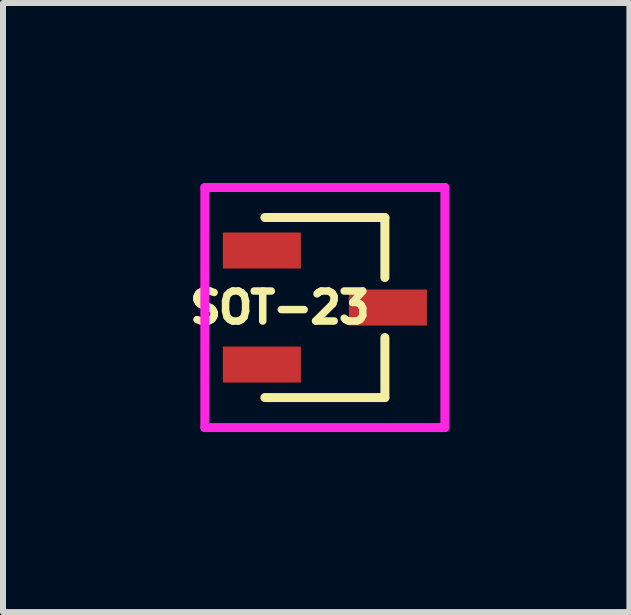
<source format=kicad_pcb>
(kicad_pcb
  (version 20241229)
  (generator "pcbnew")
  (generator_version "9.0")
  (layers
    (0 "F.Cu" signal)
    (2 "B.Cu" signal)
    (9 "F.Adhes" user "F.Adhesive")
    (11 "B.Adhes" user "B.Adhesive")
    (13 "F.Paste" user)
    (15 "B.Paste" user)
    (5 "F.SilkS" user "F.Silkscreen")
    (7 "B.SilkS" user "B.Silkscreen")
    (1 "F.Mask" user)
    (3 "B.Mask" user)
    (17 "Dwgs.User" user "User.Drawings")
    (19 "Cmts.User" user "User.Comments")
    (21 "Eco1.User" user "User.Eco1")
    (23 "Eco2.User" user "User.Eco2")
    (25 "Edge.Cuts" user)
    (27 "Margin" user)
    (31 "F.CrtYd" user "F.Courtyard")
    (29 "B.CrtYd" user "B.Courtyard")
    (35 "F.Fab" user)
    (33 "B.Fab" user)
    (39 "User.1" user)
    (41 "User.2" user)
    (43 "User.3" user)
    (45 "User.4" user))
  (footprint "SOT-23"
    (layer "F.Cu")
    (at 2.364 2.075)
    (property "Reference" "SOT-23" (at -0.75 0 0) (layer "F.SilkS") (effects (font (size 0.5 0.5) (thickness 0.125))))
    (attr through_hole)
    (fp_line (start -1 -1.5) (end 1 -1.5) (stroke (width 0.15) (type solid)) (layer "F.SilkS"))
    (fp_line (start -1 1.5) (end 1 1.5) (stroke (width 0.15) (type solid)) (layer "F.SilkS"))
    (fp_line (start 1 -1.5) (end 1 -0.5) (stroke (width 0.15) (type solid)) (layer "F.SilkS"))
    (fp_line (start 1 1.5) (end 1 0.5) (stroke (width 0.15) (type solid)) (layer "F.SilkS"))
    (fp_line (start -2 -2) (end 2 -2) (stroke (width 0.15) (type solid)) (layer "F.CrtYd"))
    (fp_line (start -2 2) (end -2 -2) (stroke (width 0.15) (type solid)) (layer "F.CrtYd"))
    (fp_line (start 2 -2) (end 2 2) (stroke (width 0.15) (type solid)) (layer "F.CrtYd"))
    (fp_line (start 2 2) (end -2 2) (stroke (width 0.15) (type solid)) (layer "F.CrtYd"))
    (pad "1" smd rect (at -1.05 -0.95) (size 1.3 0.6) (layers "F.Cu" "F.Mask" "F.Paste"))
    (pad "2" smd rect (at -1.05 0.95) (size 1.3 0.6) (layers "F.Cu" "F.Mask" "F.Paste"))
    (pad "3" smd rect (at 1.05 0) (size 1.3 0.6) (layers "F.Cu" "F.Mask" "F.Paste")))
  (gr_rect
    (start -3 -3)
    (end 7.439 7.15)
    (stroke (width 0.1) (type default))
    (fill no)
    (layer "Edge.Cuts")))
</source>
